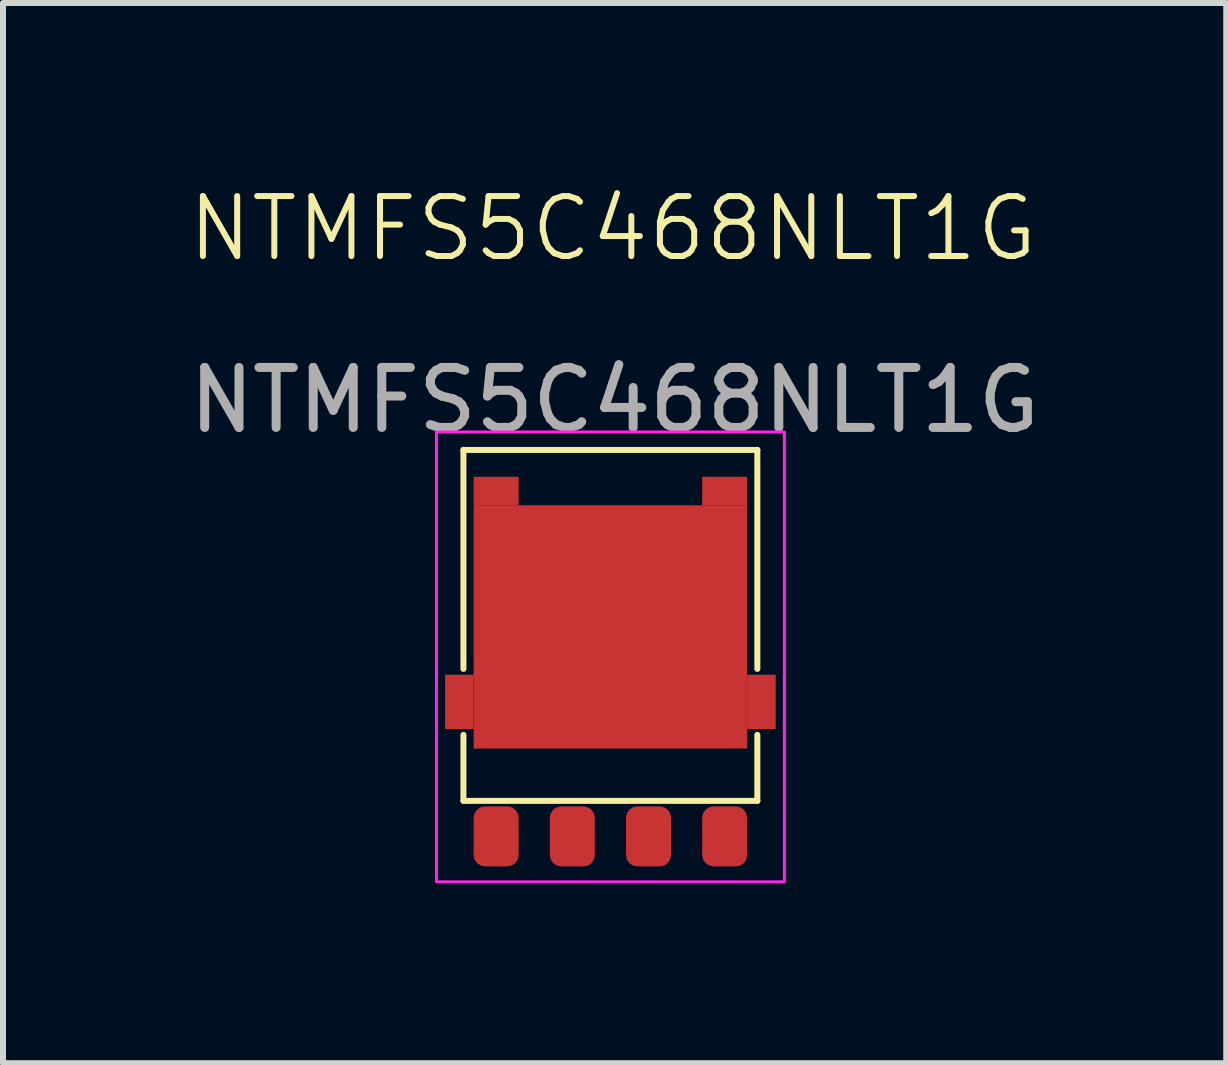
<source format=kicad_pcb>
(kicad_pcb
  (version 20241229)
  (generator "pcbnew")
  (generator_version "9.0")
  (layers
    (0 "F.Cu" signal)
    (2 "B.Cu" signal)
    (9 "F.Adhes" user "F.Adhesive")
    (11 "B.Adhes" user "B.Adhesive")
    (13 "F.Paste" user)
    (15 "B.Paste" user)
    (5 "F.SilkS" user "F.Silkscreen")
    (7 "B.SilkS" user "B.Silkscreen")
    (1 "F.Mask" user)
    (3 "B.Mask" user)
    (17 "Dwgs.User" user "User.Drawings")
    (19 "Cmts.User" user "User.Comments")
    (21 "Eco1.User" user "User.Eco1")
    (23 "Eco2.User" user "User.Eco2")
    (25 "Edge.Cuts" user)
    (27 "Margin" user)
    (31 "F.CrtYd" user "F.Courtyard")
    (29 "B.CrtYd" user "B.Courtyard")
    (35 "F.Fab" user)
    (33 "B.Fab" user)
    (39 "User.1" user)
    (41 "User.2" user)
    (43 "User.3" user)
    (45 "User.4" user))
  (footprint "NTMFS5C468NLT1G"
    (layer "F.Cu")
    (at 7.126 7.401)
    (property "Reference" "NTMFS5C468NLT1G" (at 0.04 -6.64 0) (unlocked yes) (layer "F.SilkS") (effects (font (size 1 1) (thickness 0.1))))
    (attr smd)
    (fp_line (start -2.45 -2.95) (end -2.45 0.7) (stroke (width 0.1) (type solid)) (layer "F.SilkS"))
    (fp_line (start -2.45 2.9) (end -2.45 1.8) (stroke (width 0.1) (type solid)) (layer "F.SilkS"))
    (fp_line (start 2.45 -2.95) (end -2.45 -2.95) (stroke (width 0.1) (type default)) (layer "F.SilkS"))
    (fp_line (start 2.45 0.7) (end 2.45 -2.95) (stroke (width 0.1) (type solid)) (layer "F.SilkS"))
    (fp_line (start 2.45 1.8) (end 2.45 2.9) (stroke (width 0.1) (type solid)) (layer "F.SilkS"))
    (fp_line (start 2.45 2.9) (end -2.45 2.9) (stroke (width 0.1) (type solid)) (layer "F.SilkS"))
    (fp_rect (start -2.9 -3.25) (end 2.9 4.25) (stroke (width 0.05) (type solid)) (fill no) (layer "F.CrtYd"))
    (fp_text user "${REFERENCE}" (at 0.07 -3.78 0) (unlocked yes) (layer "F.Fab") (effects (font (size 1 1) (thickness 0.15))))
    (pad "1" smd roundrect (at -1.905 3.493 270) (size 1 0.75) (layers "F.Cu" "F.Mask" "F.Paste") (roundrect_rratio 0.25))
    (pad "1" smd roundrect (at -0.635 3.493 270) (size 1 0.75) (layers "F.Cu" "F.Mask" "F.Paste") (roundrect_rratio 0.25))
    (pad "1" smd roundrect (at 0.635 3.493 270) (size 1 0.75) (layers "F.Cu" "F.Mask" "F.Paste") (roundrect_rratio 0.25))
    (pad "2" smd roundrect (at 1.905 3.493 270) (size 1 0.75) (layers "F.Cu" "F.Mask" "F.Paste") (roundrect_rratio 0.25))
    (pad "3" smd rect (at -2.518 1.25 270) (size 0.905 0.475) (layers "F.Cu" "F.Mask" "F.Paste"))
    (pad "3" smd rect (at -1.905 -2.265 270) (size 0.475 0.75) (layers "F.Cu" "F.Mask" "F.Paste"))
    (pad "3" smd rect (at 0 0 270) (size 4.055 4.56) (layers "F.Cu" "F.Mask" "F.Paste"))
    (pad "3" smd rect (at 1.905 -2.265 270) (size 0.475 0.75) (layers "F.Cu" "F.Mask" "F.Paste"))
    (pad "3" smd rect (at 2.518 1.25 270) (size 0.905 0.475) (layers "F.Cu" "F.Mask" "F.Paste")))
  (gr_rect
    (start -3 -3)
    (end 17.393 14.675)
    (stroke (width 0.1) (type default))
    (fill no)
    (layer "Edge.Cuts")))
</source>
